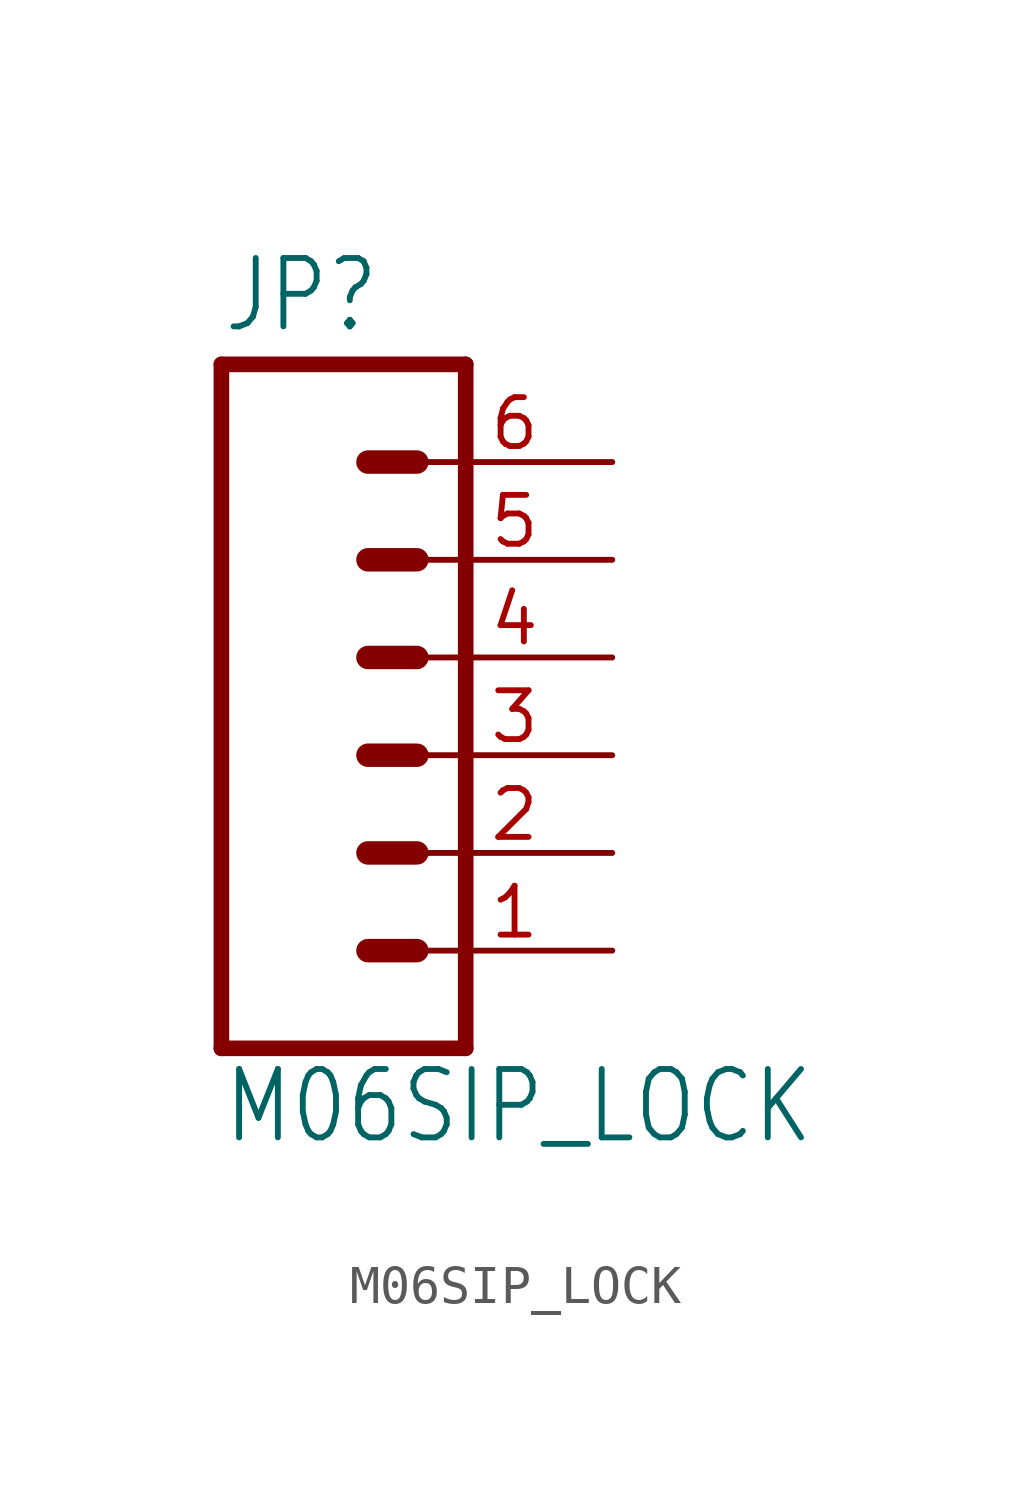
<source format=kicad_sym>
(kicad_symbol_lib
  (version 20201005)
  (generator kicad_symbol_editor)
  (symbol "M06SIP_LOCK"
    (property "Reference" "JP"
      (at -5.08 10.922 0)
      (effects (font (size 1.778 1.511)) (justify left bottom)))
    (property "Value" "M06SIP_LOCK"
      (at -5.08 -10.16 0)
      (effects (font (size 1.778 1.511)) (justify left bottom)))
    (property "ki_locked" ""
      (at 0 0 0)
      (effects (font (size 1.27 1.27))))
    (symbol "M06SIP_LOCK_1_0"
      (polyline (pts (xy 1.27 -7.62) (xy -5.08 -7.62)) (stroke (width 0.406)) (fill (type none)))
      (polyline (pts (xy -1.27 0) (xy 0 0)) (stroke (width 0.61)) (fill (type none)))
      (polyline (pts (xy -1.27 -2.54) (xy 0 -2.54)) (stroke (width 0.61)) (fill (type none)))
      (polyline (pts (xy -1.27 -5.08) (xy 0 -5.08)) (stroke (width 0.61)) (fill (type none)))
      (polyline (pts (xy -5.08 10.16) (xy -5.08 -7.62)) (stroke (width 0.406)) (fill (type none)))
      (polyline (pts (xy 1.27 -7.62) (xy 1.27 10.16)) (stroke (width 0.406)) (fill (type none)))
      (polyline (pts (xy -5.08 10.16) (xy 1.27 10.16)) (stroke (width 0.406)) (fill (type none)))
      (polyline (pts (xy -1.27 5.08) (xy 0 5.08)) (stroke (width 0.61)) (fill (type none)))
      (polyline (pts (xy -1.27 2.54) (xy 0 2.54)) (stroke (width 0.61)) (fill (type none)))
      (polyline (pts (xy -1.27 7.62) (xy 0 7.62)) (stroke (width 0.61)) (fill (type none)))
      (pin passive line (at 5.08 -5.08 180) (length 5.08) (name "1" (effects (font (size 0 0)))) (number "1" (effects (font (size 1.27 1.27)))))
      (pin passive line (at 5.08 -2.54 180) (length 5.08) (name "2" (effects (font (size 0 0)))) (number "2" (effects (font (size 1.27 1.27)))))
      (pin passive line (at 5.08 0 180) (length 5.08) (name "3" (effects (font (size 0 0)))) (number "3" (effects (font (size 1.27 1.27)))))
      (pin passive line (at 5.08 2.54 180) (length 5.08) (name "4" (effects (font (size 0 0)))) (number "4" (effects (font (size 1.27 1.27)))))
      (pin passive line (at 5.08 5.08 180) (length 5.08) (name "5" (effects (font (size 0 0)))) (number "5" (effects (font (size 1.27 1.27)))))
      (pin passive line (at 5.08 7.62 180) (length 5.08) (name "6" (effects (font (size 0 0)))) (number "6" (effects (font (size 1.27 1.27))))))))
</source>
